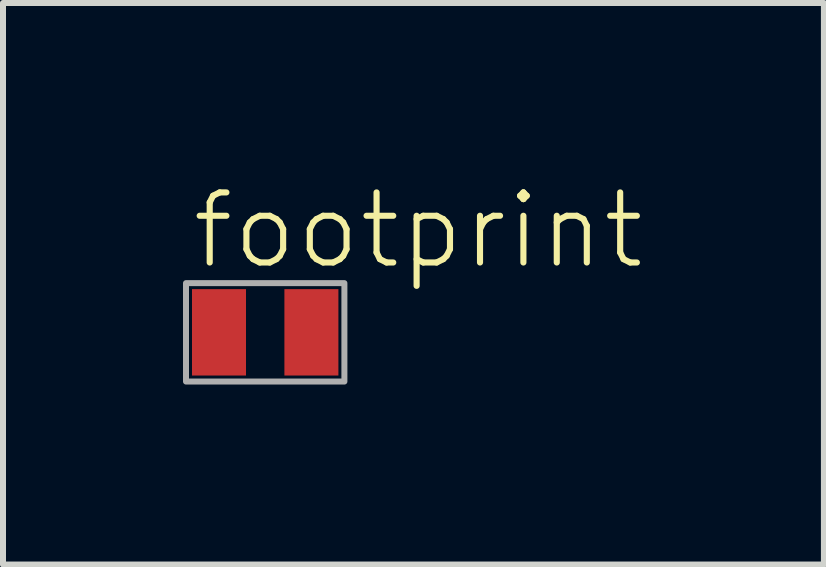
<source format=kicad_pcb>
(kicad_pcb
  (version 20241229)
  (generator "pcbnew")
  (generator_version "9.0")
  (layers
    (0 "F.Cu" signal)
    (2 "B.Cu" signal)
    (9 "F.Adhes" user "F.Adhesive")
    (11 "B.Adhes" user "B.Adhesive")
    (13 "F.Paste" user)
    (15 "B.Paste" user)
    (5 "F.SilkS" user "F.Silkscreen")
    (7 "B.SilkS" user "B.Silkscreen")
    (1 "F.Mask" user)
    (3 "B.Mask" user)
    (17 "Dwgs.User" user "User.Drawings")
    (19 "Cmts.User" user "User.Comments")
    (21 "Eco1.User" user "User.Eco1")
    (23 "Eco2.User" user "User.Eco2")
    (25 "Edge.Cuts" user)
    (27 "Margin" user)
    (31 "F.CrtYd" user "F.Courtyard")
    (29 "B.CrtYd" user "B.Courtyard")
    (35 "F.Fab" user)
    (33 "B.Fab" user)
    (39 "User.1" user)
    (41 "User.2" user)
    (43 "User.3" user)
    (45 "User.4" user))
  (footprint "footprint"
    (layer "F.Cu")
    (at 1.37 2.489)
    (property "Reference" "footprint" (at -1.27 -1.016 0) (layer "F.SilkS") (effects (font (size 1.168 1.168) (thickness 0.102)) (justify left bottom)))
    (fp_poly (pts (xy 0.275 0.775) (xy 1.275 0.775) (xy 1.275 -0.775) (xy 0.275 -0.775)) (stroke (width 0) (type solid)) (fill yes) (layer "F.Mask"))
    (fp_poly (pts (xy -0.275 -0.189) (xy -0.464 0) (xy -0.275 0.189) (xy -0.275 0.775) (xy -1.275 0.775) (xy -1.275 -0.775) (xy -0.275 -0.775)) (stroke (width 0) (type solid)) (fill yes) (layer "F.Mask"))
    (fp_poly (pts (xy 0.35 0.675) (xy 1.175 0.675) (xy 1.175 -0.675) (xy 0.35 -0.675)) (stroke (width 0) (type solid)) (fill yes) (layer "F.Paste"))
    (fp_poly (pts (xy -0.35 -0.214) (xy -0.564 0) (xy -0.35 0.214) (xy -0.35 0.7) (xy -1.2 0.7) (xy -1.2 -0.7) (xy -0.35 -0.7)) (stroke (width 0) (type solid)) (fill yes) (layer "F.Paste"))
    (fp_poly (pts (xy -1.32 0.82) (xy 1.32 0.82) (xy 1.32 -0.82) (xy -1.32 -0.82)) (stroke (width 0.1) (type solid)) (fill no) (layer "F.Fab"))
    (pad "A" smd rect (at 0.77 0) (size 0.9 1.44) (layers "F.Cu"))
    (pad "C" smd rect (at -0.77 0) (size 0.9 1.44) (layers "F.Cu")))
  (gr_rect
    (start -3 -3)
    (end 10.682 6.359)
    (stroke (width 0.1) (type default))
    (fill no)
    (layer "Edge.Cuts")))
</source>
